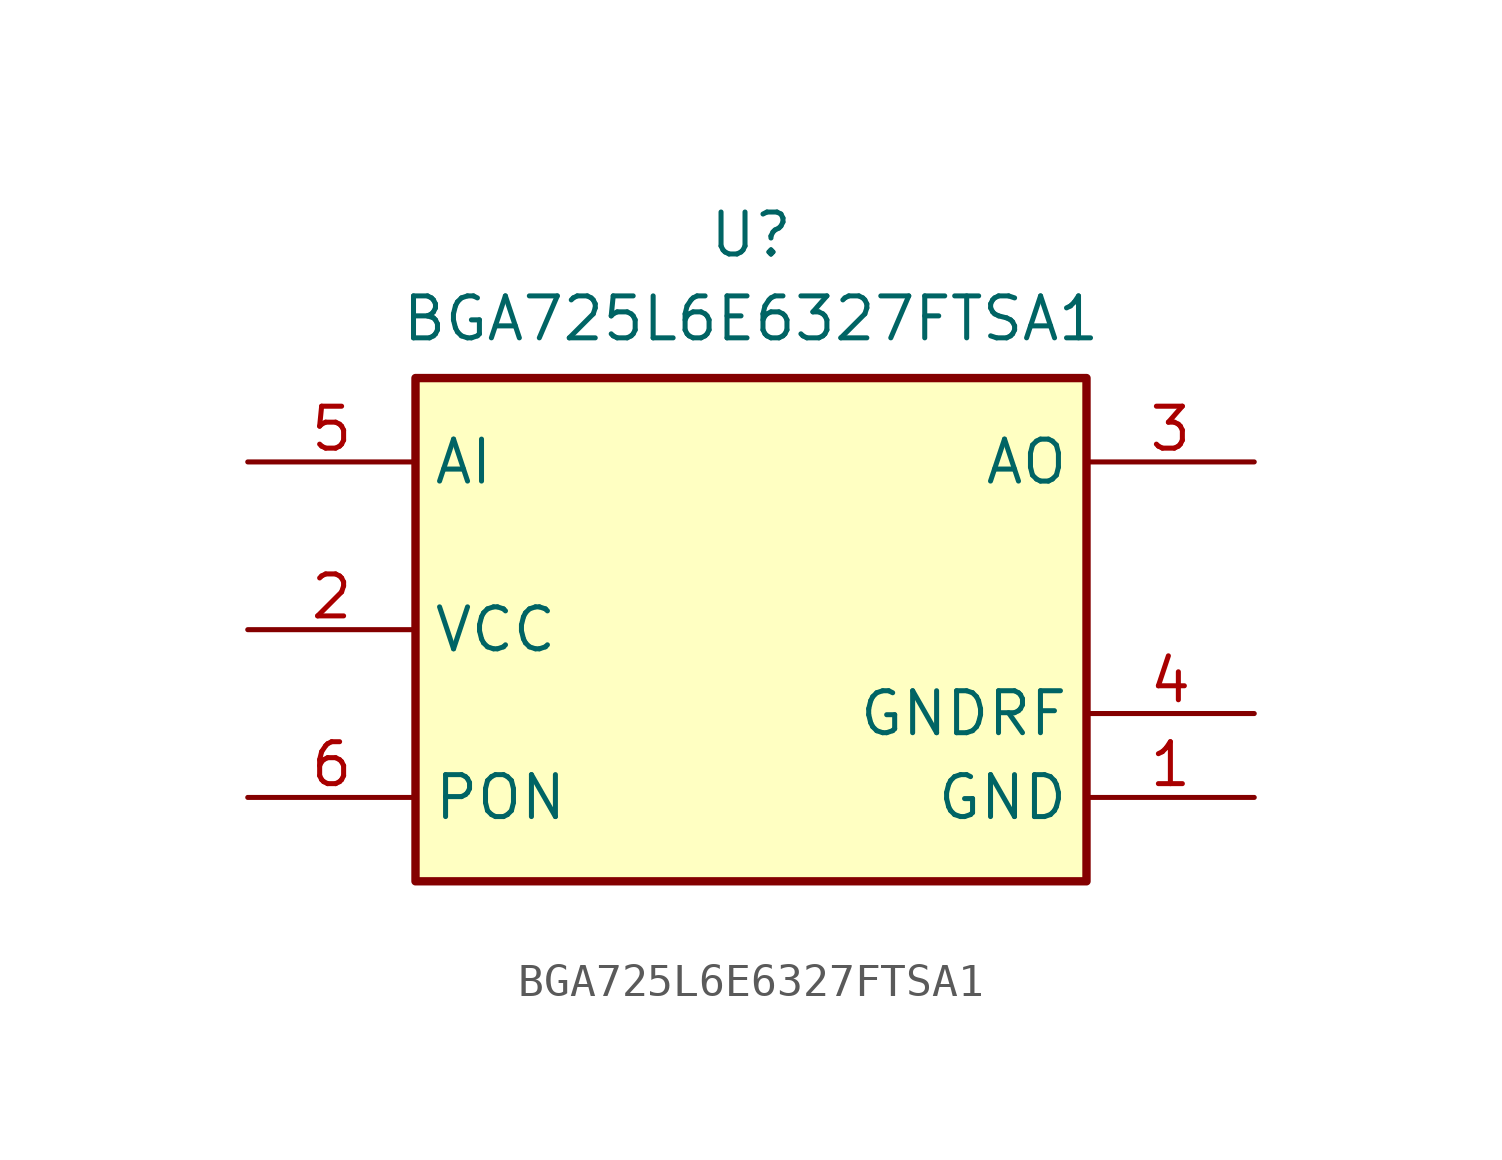
<source format=kicad_sym>
(kicad_symbol_lib
  (version 20220914)
  (generator kicad_symbol_editor)
  (symbol "BGA725L6E6327FTSA1"
    (property "Reference" "U"
      (at 0 7.62 0)
      (effects (font (size 1.27 1.27)) (justify top)))
    (property "Value" "BGA725L6E6327FTSA1"
      (at 0 5.08 0)
      (effects (font (size 1.27 1.27)) (justify top)))
    (symbol "BGA725L6E6327FTSA1_1_1"
      (rectangle (start -10.16 2.54) (end 10.16 -12.7) (stroke (width 0.254) (type default)) (fill (type background)))
      (pin passive line (at 15.24 -10.16 180) (length 5.08) (name "GND" (effects (font (size 1.27 1.27)))) (number "1" (effects (font (size 1.27 1.27)))))
      (pin passive line (at -15.24 -5.08 0) (length 5.08) (name "VCC" (effects (font (size 1.27 1.27)))) (number "2" (effects (font (size 1.27 1.27)))))
      (pin passive line (at 15.24 0 180) (length 5.08) (name "AO" (effects (font (size 1.27 1.27)))) (number "3" (effects (font (size 1.27 1.27)))))
      (pin passive line (at 15.24 -7.62 180) (length 5.08) (name "GNDRF" (effects (font (size 1.27 1.27)))) (number "4" (effects (font (size 1.27 1.27)))))
      (pin passive line (at -15.24 0 0) (length 5.08) (name "AI" (effects (font (size 1.27 1.27)))) (number "5" (effects (font (size 1.27 1.27)))))
      (pin passive line (at -15.24 -10.16 0) (length 5.08) (name "PON" (effects (font (size 1.27 1.27)))) (number "6" (effects (font (size 1.27 1.27))))))))
</source>
